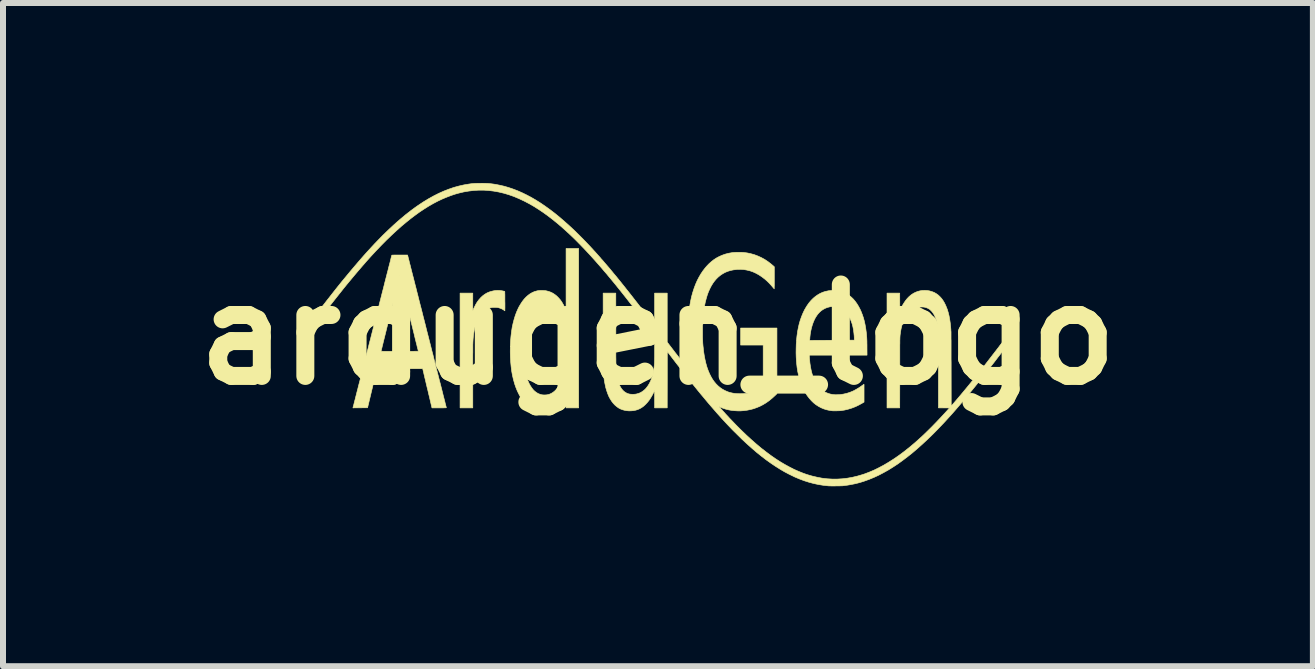
<source format=kicad_pcb>
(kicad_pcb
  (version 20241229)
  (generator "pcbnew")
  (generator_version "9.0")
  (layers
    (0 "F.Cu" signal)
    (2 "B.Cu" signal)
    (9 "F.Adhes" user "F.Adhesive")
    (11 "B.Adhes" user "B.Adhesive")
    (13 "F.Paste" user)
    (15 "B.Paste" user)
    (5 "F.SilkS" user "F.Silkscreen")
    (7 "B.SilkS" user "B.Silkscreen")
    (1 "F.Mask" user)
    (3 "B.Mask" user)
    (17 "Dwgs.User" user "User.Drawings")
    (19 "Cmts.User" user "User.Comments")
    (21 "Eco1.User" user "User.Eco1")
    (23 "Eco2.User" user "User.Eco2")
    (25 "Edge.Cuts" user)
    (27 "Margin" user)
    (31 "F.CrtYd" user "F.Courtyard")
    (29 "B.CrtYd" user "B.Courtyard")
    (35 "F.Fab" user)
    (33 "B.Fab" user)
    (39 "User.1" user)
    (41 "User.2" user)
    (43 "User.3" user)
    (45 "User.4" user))
  (footprint "ardugen_logo"
    (layer "F.Cu")
    (at 7.918 2.527)
    (property "Reference" "ardugen_logo" (at 0 0 0) (layer "F.SilkS") (effects (font (size 1.524 1.524) (thickness 0.3))))
    (attr through_hole)
    (fp_poly (pts (xy -2.639 -0.735) (xy -2.62 -0.733) (xy -2.608 -0.731) (xy -2.596 -0.729) (xy -2.585 -0.727) (xy -2.574 -0.724) (xy -2.565 -0.723) (xy -2.559 -0.721) (xy -2.555 -0.72) (xy -2.554 -0.719) (xy -2.554 -0.716) (xy -2.553 -0.709) (xy -2.553 -0.698) (xy -2.553 -0.683) (xy -2.552 -0.665) (xy -2.552 -0.645) (xy -2.552 -0.623) (xy -2.552 -0.6) (xy -2.552 -0.575) (xy -2.552 -0.55) (xy -2.551 -0.526) (xy -2.551 -0.502) (xy -2.551 -0.479) (xy -2.551 -0.458) (xy -2.551 -0.439) (xy -2.552 -0.423) (xy -2.552 -0.41) (xy -2.552 -0.401) (xy -2.552 -0.397) (xy -2.552 -0.396) (xy -2.554 -0.397) (xy -2.559 -0.4) (xy -2.564 -0.404) (xy -2.567 -0.406) (xy -2.585 -0.418) (xy -2.606 -0.429) (xy -2.628 -0.438) (xy -2.652 -0.446) (xy -2.669 -0.45) (xy -2.677 -0.451) (xy -2.689 -0.452) (xy -2.702 -0.453) (xy -2.716 -0.453) (xy -2.731 -0.453) (xy -2.745 -0.453) (xy -2.758 -0.452) (xy -2.769 -0.451) (xy -2.775 -0.45) (xy -2.804 -0.443) (xy -2.832 -0.433) (xy -2.857 -0.421) (xy -2.882 -0.406) (xy -2.893 -0.399) (xy -2.921 -0.375) (xy -2.946 -0.348) (xy -2.97 -0.317) (xy -2.992 -0.281) (xy -3.011 -0.242) (xy -3.028 -0.199) (xy -3.043 -0.153) (xy -3.056 -0.103) (xy -3.062 -0.074) (xy -3.07 -0.026) (xy -3.077 0.026) (xy -3.082 0.081) (xy -3.085 0.14) (xy -3.085 0.141) (xy -3.085 0.149) (xy -3.086 0.162) (xy -3.086 0.179) (xy -3.086 0.201) (xy -3.086 0.228) (xy -3.086 0.259) (xy -3.086 0.294) (xy -3.087 0.333) (xy -3.087 0.376) (xy -3.087 0.423) (xy -3.087 0.473) (xy -3.087 0.527) (xy -3.087 0.584) (xy -3.087 0.644) (xy -3.087 0.703) (xy -3.087 1.222) (xy -3.299 1.222) (xy -3.299 -0.691) (xy -3.087 -0.691) (xy -3.087 -0.544) (xy -3.087 -0.512) (xy -3.087 -0.485) (xy -3.087 -0.462) (xy -3.087 -0.443) (xy -3.086 -0.428) (xy -3.086 -0.417) (xy -3.086 -0.409) (xy -3.086 -0.404) (xy -3.085 -0.402) (xy -3.085 -0.402) (xy -3.073 -0.43) (xy -3.062 -0.454) (xy -3.052 -0.474) (xy -3.043 -0.493) (xy -3.033 -0.51) (xy -3.024 -0.526) (xy -3.013 -0.542) (xy -3.012 -0.545) (xy -2.984 -0.582) (xy -2.955 -0.615) (xy -2.924 -0.644) (xy -2.891 -0.669) (xy -2.855 -0.691) (xy -2.831 -0.702) (xy -2.8 -0.714) (xy -2.768 -0.723) (xy -2.736 -0.73) (xy -2.703 -0.735) (xy -2.67 -0.736) (xy -2.639 -0.735)) (stroke (width 0.01) (type solid)) (fill yes) (layer "F.SilkS"))
    (fp_poly (pts (xy -1.322 1.222) (xy -1.532 1.222) (xy -1.532 1.08) (xy -1.533 0.939) (xy -1.54 0.956) (xy -1.563 1.006) (xy -1.587 1.052) (xy -1.612 1.093) (xy -1.64 1.13) (xy -1.669 1.162) (xy -1.7 1.19) (xy -1.732 1.214) (xy -1.767 1.234) (xy -1.803 1.249) (xy -1.824 1.256) (xy -1.846 1.262) (xy -1.868 1.266) (xy -1.89 1.269) (xy -1.915 1.271) (xy -1.93 1.271) (xy -1.941 1.271) (xy -1.952 1.272) (xy -1.961 1.272) (xy -1.968 1.271) (xy -1.973 1.271) (xy -1.974 1.271) (xy -1.979 1.27) (xy -1.985 1.269) (xy -1.993 1.268) (xy -1.999 1.267) (xy -2.037 1.259) (xy -2.074 1.246) (xy -2.11 1.229) (xy -2.145 1.206) (xy -2.178 1.18) (xy -2.211 1.149) (xy -2.241 1.114) (xy -2.27 1.075) (xy -2.298 1.032) (xy -2.323 0.985) (xy -2.347 0.935) (xy -2.369 0.88) (xy -2.389 0.823) (xy -2.406 0.762) (xy -2.412 0.739) (xy -2.427 0.674) (xy -2.439 0.606) (xy -2.448 0.534) (xy -2.455 0.459) (xy -2.46 0.381) (xy -2.462 0.299) (xy -2.462 0.268) (xy -2.244 0.268) (xy -2.243 0.338) (xy -2.241 0.403) (xy -2.236 0.465) (xy -2.229 0.524) (xy -2.221 0.579) (xy -2.21 0.632) (xy -2.198 0.682) (xy -2.185 0.723) (xy -2.168 0.77) (xy -2.149 0.813) (xy -2.128 0.852) (xy -2.105 0.887) (xy -2.081 0.918) (xy -2.055 0.944) (xy -2.027 0.965) (xy -1.998 0.983) (xy -1.967 0.995) (xy -1.935 1.004) (xy -1.901 1.007) (xy -1.866 1.006) (xy -1.843 1.003) (xy -1.811 0.995) (xy -1.781 0.982) (xy -1.752 0.965) (xy -1.725 0.944) (xy -1.699 0.918) (xy -1.674 0.888) (xy -1.652 0.854) (xy -1.631 0.816) (xy -1.612 0.773) (xy -1.595 0.727) (xy -1.58 0.677) (xy -1.566 0.624) (xy -1.562 0.605) (xy -1.553 0.553) (xy -1.546 0.499) (xy -1.54 0.441) (xy -1.536 0.38) (xy -1.534 0.319) (xy -1.533 0.256) (xy -1.534 0.193) (xy -1.537 0.131) (xy -1.542 0.072) (xy -1.549 0.009) (xy -1.559 -0.051) (xy -1.571 -0.108) (xy -1.585 -0.161) (xy -1.602 -0.211) (xy -1.621 -0.257) (xy -1.642 -0.299) (xy -1.665 -0.337) (xy -1.668 -0.342) (xy -1.69 -0.371) (xy -1.711 -0.395) (xy -1.734 -0.416) (xy -1.758 -0.433) (xy -1.774 -0.443) (xy -1.802 -0.455) (xy -1.831 -0.464) (xy -1.862 -0.469) (xy -1.893 -0.471) (xy -1.924 -0.469) (xy -1.954 -0.463) (xy -1.983 -0.453) (xy -2 -0.445) (xy -2.029 -0.428) (xy -2.056 -0.406) (xy -2.082 -0.38) (xy -2.106 -0.35) (xy -2.128 -0.316) (xy -2.149 -0.278) (xy -2.167 -0.236) (xy -2.184 -0.19) (xy -2.199 -0.141) (xy -2.212 -0.088) (xy -2.222 -0.032) (xy -2.231 0.027) (xy -2.237 0.081) (xy -2.239 0.112) (xy -2.241 0.142) (xy -2.243 0.171) (xy -2.244 0.202) (xy -2.244 0.235) (xy -2.244 0.268) (xy -2.462 0.268) (xy -2.461 0.183) (xy -2.457 0.102) (xy -2.45 0.024) (xy -2.441 -0.05) (xy -2.43 -0.122) (xy -2.415 -0.19) (xy -2.398 -0.255) (xy -2.379 -0.317) (xy -2.357 -0.376) (xy -2.332 -0.432) (xy -2.316 -0.464) (xy -2.288 -0.511) (xy -2.26 -0.554) (xy -2.23 -0.592) (xy -2.198 -0.626) (xy -2.165 -0.655) (xy -2.131 -0.68) (xy -2.094 -0.701) (xy -2.057 -0.717) (xy -2.017 -0.728) (xy -1.999 -0.732) (xy -1.988 -0.733) (xy -1.975 -0.734) (xy -1.959 -0.735) (xy -1.943 -0.735) (xy -1.926 -0.735) (xy -1.909 -0.734) (xy -1.893 -0.733) (xy -1.879 -0.732) (xy -1.869 -0.731) (xy -1.829 -0.721) (xy -1.791 -0.708) (xy -1.755 -0.691) (xy -1.721 -0.669) (xy -1.689 -0.644) (xy -1.659 -0.614) (xy -1.63 -0.581) (xy -1.603 -0.543) (xy -1.578 -0.5) (xy -1.554 -0.453) (xy -1.539 -0.419) (xy -1.532 -0.403) (xy -1.532 -0.919) (xy -1.532 -1.435) (xy -1.322 -1.435) (xy -1.322 1.222)) (stroke (width 0.01) (type solid)) (fill yes) (layer "F.SilkS"))
    (fp_poly (pts (xy 2.964 -0.735) (xy 3.004 -0.73) (xy 3.042 -0.722) (xy 3.078 -0.712) (xy 3.109 -0.699) (xy 3.126 -0.691) (xy 3.141 -0.683) (xy 3.156 -0.674) (xy 3.171 -0.665) (xy 3.188 -0.653) (xy 3.19 -0.651) (xy 3.224 -0.623) (xy 3.257 -0.591) (xy 3.287 -0.555) (xy 3.316 -0.515) (xy 3.343 -0.471) (xy 3.369 -0.422) (xy 3.385 -0.387) (xy 3.405 -0.336) (xy 3.424 -0.281) (xy 3.44 -0.223) (xy 3.453 -0.162) (xy 3.464 -0.098) (xy 3.473 -0.031) (xy 3.475 -0.014) (xy 3.477 0.007) (xy 3.478 0.027) (xy 3.48 0.047) (xy 3.481 0.068) (xy 3.482 0.09) (xy 3.483 0.115) (xy 3.483 0.142) (xy 3.484 0.173) (xy 3.484 0.208) (xy 3.484 0.223) (xy 3.485 0.343) (xy 2.522 0.343) (xy 2.523 0.358) (xy 2.523 0.365) (xy 2.524 0.376) (xy 2.525 0.39) (xy 2.526 0.406) (xy 2.527 0.414) (xy 2.533 0.476) (xy 2.542 0.536) (xy 2.553 0.592) (xy 2.566 0.645) (xy 2.582 0.695) (xy 2.6 0.741) (xy 2.62 0.783) (xy 2.643 0.821) (xy 2.648 0.829) (xy 2.673 0.864) (xy 2.701 0.895) (xy 2.73 0.922) (xy 2.762 0.945) (xy 2.796 0.964) (xy 2.832 0.979) (xy 2.87 0.991) (xy 2.911 0.999) (xy 2.953 1.003) (xy 2.977 1.003) (xy 3.033 1.001) (xy 3.088 0.993) (xy 3.143 0.981) (xy 3.197 0.964) (xy 3.251 0.942) (xy 3.304 0.914) (xy 3.357 0.882) (xy 3.408 0.846) (xy 3.417 0.84) (xy 3.424 0.835) (xy 3.43 0.831) (xy 3.433 0.828) (xy 3.434 0.828) (xy 3.434 0.83) (xy 3.435 0.838) (xy 3.435 0.85) (xy 3.435 0.867) (xy 3.435 0.889) (xy 3.435 0.916) (xy 3.435 0.948) (xy 3.435 0.977) (xy 3.435 1.126) (xy 3.416 1.137) (xy 3.355 1.171) (xy 3.294 1.201) (xy 3.232 1.225) (xy 3.17 1.244) (xy 3.107 1.259) (xy 3.06 1.266) (xy 3.048 1.268) (xy 3.033 1.269) (xy 3.017 1.27) (xy 2.999 1.27) (xy 2.981 1.271) (xy 2.963 1.271) (xy 2.945 1.271) (xy 2.93 1.271) (xy 2.916 1.271) (xy 2.905 1.27) (xy 2.904 1.27) (xy 2.854 1.263) (xy 2.805 1.252) (xy 2.759 1.237) (xy 2.715 1.218) (xy 2.673 1.195) (xy 2.633 1.169) (xy 2.594 1.138) (xy 2.558 1.103) (xy 2.524 1.065) (xy 2.491 1.022) (xy 2.484 1.012) (xy 2.454 0.965) (xy 2.427 0.914) (xy 2.402 0.861) (xy 2.38 0.804) (xy 2.361 0.745) (xy 2.344 0.682) (xy 2.33 0.617) (xy 2.319 0.548) (xy 2.311 0.477) (xy 2.308 0.443) (xy 2.304 0.374) (xy 2.302 0.304) (xy 2.303 0.232) (xy 2.305 0.161) (xy 2.31 0.097) (xy 2.528 0.097) (xy 2.9 0.095) (xy 2.936 0.095) (xy 2.97 0.095) (xy 3.003 0.095) (xy 3.035 0.095) (xy 3.066 0.094) (xy 3.095 0.094) (xy 3.123 0.094) (xy 3.149 0.094) (xy 3.172 0.094) (xy 3.194 0.093) (xy 3.213 0.093) (xy 3.23 0.093) (xy 3.245 0.093) (xy 3.256 0.093) (xy 3.265 0.093) (xy 3.271 0.093) (xy 3.273 0.092) (xy 3.273 0.092) (xy 3.273 0.089) (xy 3.273 0.082) (xy 3.273 0.071) (xy 3.272 0.058) (xy 3.272 0.044) (xy 3.271 0.028) (xy 3.27 0.012) (xy 3.268 -0.003) (xy 3.267 -0.016) (xy 3.266 -0.025) (xy 3.259 -0.08) (xy 3.249 -0.131) (xy 3.236 -0.18) (xy 3.22 -0.225) (xy 3.202 -0.268) (xy 3.181 -0.307) (xy 3.167 -0.329) (xy 3.144 -0.361) (xy 3.118 -0.389) (xy 3.091 -0.413) (xy 3.063 -0.432) (xy 3.032 -0.448) (xy 3 -0.459) (xy 2.969 -0.465) (xy 2.958 -0.466) (xy 2.945 -0.467) (xy 2.93 -0.467) (xy 2.914 -0.467) (xy 2.898 -0.466) (xy 2.883 -0.465) (xy 2.869 -0.463) (xy 2.858 -0.461) (xy 2.821 -0.451) (xy 2.786 -0.437) (xy 2.753 -0.419) (xy 2.721 -0.397) (xy 2.692 -0.371) (xy 2.665 -0.341) (xy 2.649 -0.319) (xy 2.626 -0.284) (xy 2.606 -0.245) (xy 2.588 -0.203) (xy 2.572 -0.157) (xy 2.558 -0.109) (xy 2.547 -0.058) (xy 2.538 -0.005) (xy 2.532 0.05) (xy 2.532 0.058) (xy 2.531 0.07) (xy 2.53 0.08) (xy 2.529 0.088) (xy 2.529 0.09) (xy 2.528 0.097) (xy 2.31 0.097) (xy 2.31 0.091) (xy 2.317 0.023) (xy 2.326 -0.041) (xy 2.326 -0.044) (xy 2.339 -0.112) (xy 2.354 -0.178) (xy 2.372 -0.24) (xy 2.393 -0.299) (xy 2.416 -0.355) (xy 2.441 -0.408) (xy 2.47 -0.458) (xy 2.487 -0.485) (xy 2.519 -0.53) (xy 2.553 -0.57) (xy 2.588 -0.605) (xy 2.625 -0.636) (xy 2.664 -0.663) (xy 2.704 -0.686) (xy 2.747 -0.705) (xy 2.791 -0.719) (xy 2.801 -0.721) (xy 2.842 -0.73) (xy 2.883 -0.734) (xy 2.924 -0.736) (xy 2.964 -0.735)) (stroke (width 0.01) (type solid)) (fill yes) (layer "F.SilkS"))
    (fp_poly (pts (xy -4.169 -1.306) (xy -4.168 -1.303) (xy -4.166 -1.294) (xy -4.163 -1.282) (xy -4.159 -1.265) (xy -4.153 -1.244) (xy -4.147 -1.219) (xy -4.14 -1.189) (xy -4.131 -1.157) (xy -4.122 -1.12) (xy -4.112 -1.08) (xy -4.101 -1.037) (xy -4.089 -0.99) (xy -4.076 -0.941) (xy -4.063 -0.889) (xy -4.049 -0.833) (xy -4.034 -0.776) (xy -4.019 -0.715) (xy -4.003 -0.653) (xy -3.987 -0.588) (xy -3.97 -0.521) (xy -3.952 -0.452) (xy -3.934 -0.382) (xy -3.916 -0.309) (xy -3.897 -0.236) (xy -3.878 -0.161) (xy -3.859 -0.084) (xy -3.847 -0.037) (xy -3.827 0.04) (xy -3.808 0.116) (xy -3.789 0.19) (xy -3.771 0.263) (xy -3.752 0.334) (xy -3.735 0.404) (xy -3.718 0.471) (xy -3.701 0.537) (xy -3.685 0.601) (xy -3.669 0.662) (xy -3.654 0.721) (xy -3.64 0.777) (xy -3.626 0.83) (xy -3.613 0.881) (xy -3.601 0.929) (xy -3.59 0.973) (xy -3.58 1.014) (xy -3.57 1.052) (xy -3.561 1.087) (xy -3.553 1.117) (xy -3.547 1.144) (xy -3.541 1.167) (xy -3.536 1.186) (xy -3.532 1.2) (xy -3.53 1.21) (xy -3.528 1.216) (xy -3.528 1.217) (xy -3.528 1.218) (xy -3.528 1.219) (xy -3.529 1.22) (xy -3.531 1.22) (xy -3.535 1.22) (xy -3.539 1.221) (xy -3.545 1.221) (xy -3.553 1.221) (xy -3.563 1.221) (xy -3.575 1.222) (xy -3.59 1.222) (xy -3.608 1.222) (xy -3.628 1.222) (xy -3.647 1.222) (xy -3.767 1.222) (xy -3.769 1.215) (xy -3.77 1.212) (xy -3.772 1.204) (xy -3.774 1.192) (xy -3.778 1.176) (xy -3.783 1.157) (xy -3.788 1.134) (xy -3.794 1.108) (xy -3.801 1.079) (xy -3.808 1.048) (xy -3.816 1.015) (xy -3.825 0.98) (xy -3.833 0.943) (xy -3.842 0.905) (xy -3.845 0.895) (xy -3.854 0.857) (xy -3.863 0.82) (xy -3.871 0.784) (xy -3.879 0.75) (xy -3.887 0.719) (xy -3.893 0.689) (xy -3.9 0.663) (xy -3.905 0.639) (xy -3.91 0.619) (xy -3.914 0.602) (xy -3.917 0.589) (xy -3.919 0.581) (xy -3.92 0.576) (xy -3.92 0.576) (xy -3.922 0.569) (xy -4.304 0.569) (xy -4.686 0.569) (xy -4.763 0.895) (xy -4.841 1.22) (xy -4.963 1.221) (xy -5.085 1.222) (xy -5.082 1.208) (xy -5.081 1.205) (xy -5.079 1.197) (xy -5.076 1.185) (xy -5.071 1.169) (xy -5.066 1.148) (xy -5.06 1.123) (xy -5.052 1.094) (xy -5.044 1.062) (xy -5.035 1.026) (xy -5.025 0.986) (xy -5.014 0.943) (xy -5.002 0.897) (xy -4.99 0.848) (xy -4.976 0.796) (xy -4.962 0.741) (xy -4.948 0.683) (xy -4.932 0.623) (xy -4.917 0.561) (xy -4.9 0.496) (xy -4.883 0.429) (xy -4.866 0.361) (xy -4.848 0.29) (xy -4.844 0.275) (xy -4.615 0.275) (xy -4.615 0.276) (xy -4.614 0.276) (xy -4.613 0.277) (xy -4.61 0.277) (xy -4.607 0.278) (xy -4.603 0.278) (xy -4.598 0.278) (xy -4.591 0.278) (xy -4.583 0.279) (xy -4.573 0.279) (xy -4.561 0.279) (xy -4.548 0.279) (xy -4.532 0.279) (xy -4.514 0.279) (xy -4.494 0.279) (xy -4.472 0.279) (xy -4.446 0.279) (xy -4.418 0.279) (xy -4.387 0.279) (xy -4.353 0.279) (xy -4.316 0.279) (xy -4.305 0.279) (xy -4.269 0.279) (xy -4.234 0.279) (xy -4.201 0.279) (xy -4.171 0.279) (xy -4.142 0.279) (xy -4.115 0.279) (xy -4.091 0.279) (xy -4.069 0.279) (xy -4.05 0.278) (xy -4.033 0.278) (xy -4.02 0.278) (xy -4.009 0.278) (xy -4.001 0.278) (xy -3.996 0.277) (xy -3.995 0.277) (xy -4.003 0.242) (xy -4.013 0.205) (xy -4.022 0.165) (xy -4.033 0.123) (xy -4.044 0.079) (xy -4.055 0.034) (xy -4.066 -0.013) (xy -4.078 -0.061) (xy -4.09 -0.11) (xy -4.102 -0.159) (xy -4.115 -0.209) (xy -4.127 -0.26) (xy -4.14 -0.31) (xy -4.152 -0.36) (xy -4.164 -0.41) (xy -4.177 -0.459) (xy -4.189 -0.507) (xy -4.2 -0.554) (xy -4.212 -0.6) (xy -4.223 -0.644) (xy -4.233 -0.687) (xy -4.243 -0.727) (xy -4.253 -0.766) (xy -4.262 -0.802) (xy -4.27 -0.835) (xy -4.278 -0.865) (xy -4.285 -0.893) (xy -4.291 -0.917) (xy -4.296 -0.937) (xy -4.3 -0.953) (xy -4.303 -0.966) (xy -4.305 -0.974) (xy -4.306 -0.978) (xy -4.306 -0.978) (xy -4.307 -0.976) (xy -4.309 -0.969) (xy -4.312 -0.957) (xy -4.316 -0.942) (xy -4.32 -0.922) (xy -4.326 -0.899) (xy -4.333 -0.872) (xy -4.34 -0.842) (xy -4.349 -0.808) (xy -4.358 -0.772) (xy -4.367 -0.732) (xy -4.378 -0.69) (xy -4.389 -0.646) (xy -4.4 -0.6) (xy -4.412 -0.551) (xy -4.424 -0.501) (xy -4.437 -0.449) (xy -4.45 -0.396) (xy -4.461 -0.353) (xy -4.474 -0.299) (xy -4.487 -0.246) (xy -4.5 -0.194) (xy -4.512 -0.144) (xy -4.524 -0.096) (xy -4.535 -0.05) (xy -4.546 -0.006) (xy -4.556 0.035) (xy -4.566 0.074) (xy -4.575 0.11) (xy -4.583 0.143) (xy -4.59 0.173) (xy -4.597 0.199) (xy -4.602 0.222) (xy -4.607 0.241) (xy -4.611 0.256) (xy -4.613 0.267) (xy -4.615 0.273) (xy -4.615 0.275) (xy -4.615 0.275) (xy -4.844 0.275) (xy -4.829 0.218) (xy -4.811 0.144) (xy -4.791 0.069) (xy -4.772 -0.007) (xy -4.758 -0.061) (xy -4.739 -0.138) (xy -4.719 -0.214) (xy -4.7 -0.288) (xy -4.682 -0.361) (xy -4.664 -0.433) (xy -4.646 -0.503) (xy -4.629 -0.57) (xy -4.612 -0.636) (xy -4.596 -0.7) (xy -4.58 -0.761) (xy -4.565 -0.82) (xy -4.551 -0.877) (xy -4.537 -0.931) (xy -4.524 -0.982) (xy -4.512 -1.029) (xy -4.5 -1.074) (xy -4.49 -1.116) (xy -4.48 -1.154) (xy -4.471 -1.188) (xy -4.463 -1.219) (xy -4.456 -1.247) (xy -4.451 -1.27) (xy -4.446 -1.289) (xy -4.442 -1.304) (xy -4.439 -1.314) (xy -4.438 -1.32) (xy -4.437 -1.321) (xy -4.437 -1.322) (xy -4.436 -1.323) (xy -4.435 -1.324) (xy -4.432 -1.324) (xy -4.429 -1.325) (xy -4.424 -1.325) (xy -4.418 -1.325) (xy -4.41 -1.325) (xy -4.4 -1.326) (xy -4.388 -1.326) (xy -4.373 -1.326) (xy -4.356 -1.326) (xy -4.336 -1.326) (xy -4.313 -1.326) (xy -4.174 -1.326) (xy -4.169 -1.306)) (stroke (width 0.01) (type solid)) (fill yes) (layer "F.SilkS"))
    (fp_poly (pts (xy -2.889 -2.521) (xy -2.85 -2.52) (xy -2.812 -2.517) (xy -2.775 -2.513) (xy -2.737 -2.508) (xy -2.699 -2.502) (xy -2.66 -2.494) (xy -2.639 -2.49) (xy -2.565 -2.473) (xy -2.49 -2.451) (xy -2.416 -2.426) (xy -2.34 -2.397) (xy -2.265 -2.364) (xy -2.189 -2.327) (xy -2.113 -2.287) (xy -2.036 -2.242) (xy -1.958 -2.193) (xy -1.88 -2.14) (xy -1.801 -2.083) (xy -1.721 -2.022) (xy -1.64 -1.956) (xy -1.559 -1.886) (xy -1.476 -1.812) (xy -1.392 -1.734) (xy -1.308 -1.651) (xy -1.222 -1.564) (xy -1.134 -1.472) (xy -1.046 -1.376) (xy -0.956 -1.275) (xy -0.953 -1.27) (xy -0.92 -1.234) (xy -0.889 -1.197) (xy -0.857 -1.16) (xy -0.825 -1.123) (xy -0.793 -1.085) (xy -0.761 -1.046) (xy -0.729 -1.007) (xy -0.695 -0.967) (xy -0.662 -0.926) (xy -0.627 -0.883) (xy -0.592 -0.839) (xy -0.555 -0.793) (xy -0.518 -0.746) (xy -0.479 -0.697) (xy -0.438 -0.645) (xy -0.396 -0.591) (xy -0.352 -0.535) (xy -0.307 -0.477) (xy -0.259 -0.415) (xy -0.21 -0.351) (xy -0.158 -0.283) (xy -0.104 -0.213) (xy -0.091 -0.195) (xy -0.057 -0.151) (xy -0.056 -0.421) (xy -0.056 -0.691) (xy 0.154 -0.691) (xy 0.154 0.126) (xy 0.218 0.21) (xy 0.241 0.24) (xy 0.264 0.27) (xy 0.288 0.302) (xy 0.313 0.333) (xy 0.338 0.365) (xy 0.362 0.397) (xy 0.387 0.429) (xy 0.411 0.46) (xy 0.435 0.491) (xy 0.458 0.521) (xy 0.48 0.549) (xy 0.502 0.577) (xy 0.522 0.602) (xy 0.541 0.626) (xy 0.558 0.648) (xy 0.574 0.668) (xy 0.588 0.686) (xy 0.6 0.701) (xy 0.61 0.713) (xy 0.617 0.722) (xy 0.619 0.724) (xy 0.62 0.724) (xy 0.619 0.72) (xy 0.616 0.712) (xy 0.616 0.711) (xy 0.594 0.648) (xy 0.574 0.584) (xy 0.557 0.517) (xy 0.541 0.447) (xy 0.529 0.375) (xy 0.518 0.3) (xy 0.51 0.221) (xy 0.503 0.138) (xy 0.502 0.117) (xy 0.501 0.101) (xy 0.5 0.085) (xy 0.5 0.068) (xy 0.499 0.048) (xy 0.499 0.027) (xy 0.499 0.002) (xy 0.499 -0.027) (xy 0.499 -0.05) (xy 0.499 -0.087) (xy 0.499 -0.12) (xy 0.5 -0.15) (xy 0.5 -0.177) (xy 0.501 -0.203) (xy 0.502 -0.227) (xy 0.504 -0.252) (xy 0.506 -0.278) (xy 0.508 -0.305) (xy 0.509 -0.314) (xy 0.518 -0.399) (xy 0.53 -0.48) (xy 0.544 -0.558) (xy 0.56 -0.632) (xy 0.58 -0.704) (xy 0.602 -0.772) (xy 0.626 -0.836) (xy 0.653 -0.898) (xy 0.683 -0.956) (xy 0.715 -1.011) (xy 0.75 -1.063) (xy 0.787 -1.111) (xy 0.81 -1.138) (xy 0.848 -1.178) (xy 0.888 -1.214) (xy 0.93 -1.247) (xy 0.974 -1.276) (xy 1.021 -1.301) (xy 1.069 -1.322) (xy 1.119 -1.34) (xy 1.172 -1.354) (xy 1.227 -1.364) (xy 1.234 -1.365) (xy 1.245 -1.367) (xy 1.259 -1.368) (xy 1.275 -1.369) (xy 1.293 -1.37) (xy 1.312 -1.371) (xy 1.332 -1.371) (xy 1.351 -1.371) (xy 1.37 -1.371) (xy 1.388 -1.371) (xy 1.404 -1.37) (xy 1.417 -1.37) (xy 1.423 -1.369) (xy 1.486 -1.361) (xy 1.548 -1.348) (xy 1.608 -1.331) (xy 1.666 -1.309) (xy 1.723 -1.283) (xy 1.778 -1.253) (xy 1.831 -1.218) (xy 1.883 -1.178) (xy 1.921 -1.146) (xy 1.939 -1.13) (xy 1.939 -0.946) (xy 1.939 -0.916) (xy 1.939 -0.887) (xy 1.939 -0.861) (xy 1.939 -0.836) (xy 1.939 -0.815) (xy 1.938 -0.796) (xy 1.938 -0.782) (xy 1.938 -0.771) (xy 1.938 -0.764) (xy 1.938 -0.762) (xy 1.936 -0.764) (xy 1.933 -0.768) (xy 1.927 -0.774) (xy 1.92 -0.782) (xy 1.913 -0.791) (xy 1.88 -0.829) (xy 1.848 -0.863) (xy 1.815 -0.895) (xy 1.782 -0.924) (xy 1.747 -0.951) (xy 1.735 -0.96) (xy 1.686 -0.993) (xy 1.636 -1.021) (xy 1.586 -1.044) (xy 1.535 -1.062) (xy 1.482 -1.075) (xy 1.429 -1.084) (xy 1.375 -1.087) (xy 1.32 -1.086) (xy 1.304 -1.084) (xy 1.255 -1.078) (xy 1.208 -1.068) (xy 1.163 -1.054) (xy 1.121 -1.037) (xy 1.081 -1.015) (xy 1.044 -0.991) (xy 1.008 -0.962) (xy 0.975 -0.93) (xy 0.944 -0.894) (xy 0.915 -0.854) (xy 0.915 -0.854) (xy 0.888 -0.81) (xy 0.864 -0.763) (xy 0.841 -0.712) (xy 0.821 -0.657) (xy 0.804 -0.599) (xy 0.788 -0.537) (xy 0.775 -0.471) (xy 0.764 -0.401) (xy 0.755 -0.328) (xy 0.753 -0.308) (xy 0.75 -0.281) (xy 0.748 -0.256) (xy 0.747 -0.233) (xy 0.745 -0.21) (xy 0.744 -0.187) (xy 0.744 -0.162) (xy 0.743 -0.135) (xy 0.743 -0.106) (xy 0.743 -0.073) (xy 0.743 -0.05) (xy 0.743 -0.013) (xy 0.743 0.019) (xy 0.743 0.047) (xy 0.744 0.073) (xy 0.745 0.098) (xy 0.746 0.121) (xy 0.747 0.144) (xy 0.749 0.168) (xy 0.751 0.193) (xy 0.753 0.208) (xy 0.761 0.283) (xy 0.772 0.354) (xy 0.785 0.421) (xy 0.8 0.485) (xy 0.817 0.544) (xy 0.837 0.6) (xy 0.859 0.652) (xy 0.883 0.7) (xy 0.909 0.745) (xy 0.938 0.786) (xy 0.969 0.823) (xy 1.002 0.856) (xy 1.037 0.885) (xy 1.075 0.911) (xy 1.115 0.933) (xy 1.157 0.951) (xy 1.161 0.953) (xy 1.187 0.962) (xy 1.214 0.969) (xy 1.24 0.975) (xy 1.268 0.98) (xy 1.296 0.983) (xy 1.327 0.985) (xy 1.36 0.986) (xy 1.368 0.986) (xy 1.415 0.985) (xy 1.459 0.981) (xy 1.5 0.976) (xy 1.539 0.968) (xy 1.576 0.958) (xy 1.611 0.945) (xy 1.645 0.93) (xy 1.678 0.912) (xy 1.71 0.891) (xy 1.731 0.876) (xy 1.754 0.858) (xy 1.754 0.175) (xy 1.378 0.175) (xy 1.378 -0.109) (xy 1.983 -0.109) (xy 1.983 0.986) (xy 1.956 1.012) (xy 1.906 1.058) (xy 1.855 1.1) (xy 1.803 1.137) (xy 1.75 1.169) (xy 1.696 1.197) (xy 1.639 1.22) (xy 1.587 1.238) (xy 1.536 1.251) (xy 1.485 1.261) (xy 1.433 1.268) (xy 1.381 1.272) (xy 1.329 1.272) (xy 1.277 1.269) (xy 1.227 1.264) (xy 1.177 1.255) (xy 1.129 1.243) (xy 1.083 1.228) (xy 1.039 1.21) (xy 1.018 1.2) (xy 1.018 1.2) (xy 1.021 1.204) (xy 1.026 1.21) (xy 1.033 1.219) (xy 1.042 1.229) (xy 1.053 1.241) (xy 1.065 1.254) (xy 1.078 1.269) (xy 1.093 1.285) (xy 1.108 1.301) (xy 1.123 1.319) (xy 1.139 1.336) (xy 1.155 1.353) (xy 1.171 1.37) (xy 1.186 1.387) (xy 1.201 1.403) (xy 1.212 1.414) (xy 1.299 1.505) (xy 1.385 1.591) (xy 1.47 1.673) (xy 1.554 1.75) (xy 1.637 1.823) (xy 1.718 1.891) (xy 1.799 1.954) (xy 1.879 2.014) (xy 1.958 2.069) (xy 2.037 2.12) (xy 2.115 2.166) (xy 2.192 2.208) (xy 2.268 2.247) (xy 2.345 2.281) (xy 2.42 2.311) (xy 2.482 2.333) (xy 2.567 2.358) (xy 2.652 2.378) (xy 2.736 2.394) (xy 2.82 2.404) (xy 2.904 2.409) (xy 2.989 2.409) (xy 3.073 2.404) (xy 3.157 2.394) (xy 3.242 2.379) (xy 3.326 2.359) (xy 3.411 2.334) (xy 3.444 2.323) (xy 3.523 2.293) (xy 3.603 2.259) (xy 3.682 2.22) (xy 3.763 2.177) (xy 3.844 2.129) (xy 3.926 2.077) (xy 4.009 2.02) (xy 4.092 1.959) (xy 4.177 1.892) (xy 4.221 1.856) (xy 4.287 1.8) (xy 4.354 1.74) (xy 4.423 1.677) (xy 4.492 1.61) (xy 4.563 1.54) (xy 4.636 1.465) (xy 4.71 1.387) (xy 4.786 1.305) (xy 4.807 1.282) (xy 4.86 1.223) (xy 4.675 1.222) (xy 4.675 0.598) (xy 4.675 0.531) (xy 4.675 0.469) (xy 4.675 0.411) (xy 4.675 0.359) (xy 4.675 0.31) (xy 4.674 0.266) (xy 4.674 0.225) (xy 4.674 0.188) (xy 4.674 0.155) (xy 4.674 0.125) (xy 4.674 0.099) (xy 4.674 0.075) (xy 4.674 0.054) (xy 4.674 0.035) (xy 4.674 0.019) (xy 4.673 0.005) (xy 4.673 -0.008) (xy 4.673 -0.018) (xy 4.673 -0.027) (xy 4.673 -0.034) (xy 4.672 -0.04) (xy 4.672 -0.046) (xy 4.672 -0.05) (xy 4.672 -0.054) (xy 4.671 -0.057) (xy 4.666 -0.107) (xy 4.659 -0.151) (xy 4.652 -0.192) (xy 4.643 -0.229) (xy 4.632 -0.263) (xy 4.62 -0.294) (xy 4.607 -0.323) (xy 4.592 -0.349) (xy 4.587 -0.356) (xy 4.568 -0.382) (xy 4.547 -0.404) (xy 4.525 -0.423) (xy 4.501 -0.437) (xy 4.474 -0.448) (xy 4.446 -0.456) (xy 4.445 -0.456) (xy 4.434 -0.458) (xy 4.421 -0.459) (xy 4.406 -0.46) (xy 4.391 -0.46) (xy 4.376 -0.46) (xy 4.361 -0.459) (xy 4.349 -0.458) (xy 4.345 -0.457) (xy 4.31 -0.449) (xy 4.276 -0.437) (xy 4.245 -0.421) (xy 4.216 -0.401) (xy 4.188 -0.377) (xy 4.163 -0.349) (xy 4.14 -0.318) (xy 4.118 -0.281) (xy 4.098 -0.241) (xy 4.081 -0.198) (xy 4.066 -0.152) (xy 4.054 -0.103) (xy 4.044 -0.05) (xy 4.04 -0.018) (xy 4.039 -0.011) (xy 4.038 -0.004) (xy 4.037 0.002) (xy 4.036 0.008) (xy 4.036 0.014) (xy 4.035 0.021) (xy 4.035 0.028) (xy 4.034 0.035) (xy 4.034 0.044) (xy 4.033 0.054) (xy 4.033 0.065) (xy 4.033 0.077) (xy 4.032 0.092) (xy 4.032 0.108) (xy 4.032 0.126) (xy 4.032 0.147) (xy 4.031 0.171) (xy 4.031 0.197) (xy 4.031 0.226) (xy 4.031 0.259) (xy 4.031 0.295) (xy 4.031 0.335) (xy 4.031 0.378) (xy 4.031 0.426) (xy 4.031 0.478) (xy 4.031 0.534) (xy 4.031 0.595) (xy 4.031 0.643) (xy 4.03 1.222) (xy 3.818 1.222) (xy 3.818 -0.691) (xy 4.03 -0.691) (xy 4.031 -0.399) (xy 4.047 -0.431) (xy 4.072 -0.481) (xy 4.099 -0.525) (xy 4.126 -0.565) (xy 4.155 -0.601) (xy 4.186 -0.633) (xy 4.218 -0.66) (xy 4.225 -0.665) (xy 4.258 -0.687) (xy 4.294 -0.705) (xy 4.33 -0.719) (xy 4.369 -0.729) (xy 4.408 -0.735) (xy 4.449 -0.736) (xy 4.49 -0.734) (xy 4.531 -0.727) (xy 4.532 -0.726) (xy 4.57 -0.715) (xy 4.606 -0.701) (xy 4.639 -0.682) (xy 4.671 -0.659) (xy 4.7 -0.632) (xy 4.728 -0.601) (xy 4.753 -0.566) (xy 4.776 -0.527) (xy 4.797 -0.484) (xy 4.816 -0.437) (xy 4.825 -0.413) (xy 4.839 -0.365) (xy 4.852 -0.313) (xy 4.862 -0.258) (xy 4.871 -0.2) (xy 4.878 -0.139) (xy 4.882 -0.088) (xy 4.883 -0.075) (xy 4.883 -0.063) (xy 4.884 -0.054) (xy 4.885 -0.048) (xy 4.885 -0.045) (xy 4.885 -0.037) (xy 4.885 -0.024) (xy 4.885 -0.007) (xy 4.885 0.015) (xy 4.885 0.04) (xy 4.885 0.069) (xy 4.886 0.102) (xy 4.886 0.138) (xy 4.886 0.177) (xy 4.886 0.219) (xy 4.886 0.263) (xy 4.886 0.31) (xy 4.886 0.359) (xy 4.886 0.41) (xy 4.887 0.463) (xy 4.887 0.517) (xy 4.887 0.573) (xy 4.887 0.576) (xy 4.888 1.191) (xy 4.912 1.164) (xy 4.956 1.113) (xy 5.002 1.059) (xy 5.051 1.001) (xy 5.101 0.941) (xy 5.154 0.877) (xy 5.208 0.811) (xy 5.264 0.742) (xy 5.321 0.67) (xy 5.379 0.596) (xy 5.439 0.521) (xy 5.499 0.443) (xy 5.53 0.403) (xy 5.541 0.389) (xy 5.553 0.373) (xy 5.567 0.355) (xy 5.582 0.335) (xy 5.599 0.314) (xy 5.616 0.291) (xy 5.635 0.267) (xy 5.653 0.243) (xy 5.673 0.218) (xy 5.692 0.192) (xy 5.711 0.167) (xy 5.731 0.142) (xy 5.749 0.118) (xy 5.767 0.094) (xy 5.785 0.071) (xy 5.801 0.05) (xy 5.816 0.03) (xy 5.83 0.012) (xy 5.842 -0.003) (xy 5.852 -0.017) (xy 5.86 -0.027) (xy 5.866 -0.035) (xy 5.868 -0.039) (xy 5.87 -0.04) (xy 5.871 -0.041) (xy 5.872 -0.04) (xy 5.874 -0.037) (xy 5.878 -0.033) (xy 5.882 -0.026) (xy 5.888 -0.016) (xy 5.896 -0.002) (xy 5.896 -0.001) (xy 5.903 0.011) (xy 5.91 0.022) (xy 5.915 0.032) (xy 5.919 0.039) (xy 5.921 0.042) (xy 5.921 0.043) (xy 5.92 0.045) (xy 5.917 0.05) (xy 5.911 0.058) (xy 5.903 0.069) (xy 5.893 0.083) (xy 5.881 0.098) (xy 5.867 0.116) (xy 5.852 0.136) (xy 5.836 0.158) (xy 5.818 0.181) (xy 5.8 0.206) (xy 5.78 0.232) (xy 5.759 0.258) (xy 5.738 0.286) (xy 5.717 0.314) (xy 5.695 0.343) (xy 5.672 0.372) (xy 5.65 0.401) (xy 5.628 0.43) (xy 5.606 0.459) (xy 5.584 0.487) (xy 5.563 0.514) (xy 5.542 0.541) (xy 5.533 0.553) (xy 5.466 0.638) (xy 5.401 0.72) (xy 5.339 0.799) (xy 5.278 0.875) (xy 5.219 0.947) (xy 5.162 1.017) (xy 5.106 1.084) (xy 5.052 1.148) (xy 4.998 1.211) (xy 4.946 1.271) (xy 4.895 1.329) (xy 4.844 1.385) (xy 4.794 1.44) (xy 4.758 1.479) (xy 4.669 1.572) (xy 4.582 1.661) (xy 4.495 1.745) (xy 4.409 1.825) (xy 4.325 1.9) (xy 4.242 1.971) (xy 4.159 2.037) (xy 4.077 2.099) (xy 3.997 2.157) (xy 3.916 2.21) (xy 3.837 2.259) (xy 3.758 2.303) (xy 3.68 2.344) (xy 3.602 2.38) (xy 3.525 2.412) (xy 3.448 2.44) (xy 3.383 2.461) (xy 3.329 2.476) (xy 3.274 2.489) (xy 3.218 2.5) (xy 3.161 2.51) (xy 3.101 2.518) (xy 3.085 2.52) (xy 3.078 2.521) (xy 3.068 2.521) (xy 3.055 2.522) (xy 3.04 2.522) (xy 3.023 2.523) (xy 3.005 2.523) (xy 2.986 2.523) (xy 2.966 2.523) (xy 2.947 2.524) (xy 2.928 2.524) (xy 2.909 2.524) (xy 2.892 2.524) (xy 2.876 2.523) (xy 2.862 2.523) (xy 2.851 2.523) (xy 2.842 2.522) (xy 2.841 2.522) (xy 2.758 2.513) (xy 2.677 2.5) (xy 2.597 2.483) (xy 2.518 2.462) (xy 2.439 2.437) (xy 2.359 2.407) (xy 2.278 2.373) (xy 2.258 2.363) (xy 2.184 2.327) (xy 2.11 2.288) (xy 2.035 2.244) (xy 1.959 2.196) (xy 1.883 2.145) (xy 1.806 2.09) (xy 1.728 2.03) (xy 1.649 1.967) (xy 1.57 1.899) (xy 1.489 1.827) (xy 1.407 1.751) (xy 1.325 1.67) (xy 1.24 1.586) (xy 1.155 1.497) (xy 1.068 1.403) (xy 0.98 1.305) (xy 0.964 1.286) (xy 0.923 1.239) (xy 0.882 1.192) (xy 0.841 1.144) (xy 0.799 1.094) (xy 0.757 1.043) (xy 0.713 0.991) (xy 0.668 0.936) (xy 0.622 0.879) (xy 0.575 0.821) (xy 0.526 0.759) (xy 0.476 0.696) (xy 0.424 0.629) (xy 0.37 0.56) (xy 0.313 0.488) (xy 0.255 0.412) (xy 0.205 0.347) (xy 0.155 0.282) (xy 0.155 0.752) (xy 0.154 1.222) (xy -0.056 1.222) (xy -0.056 0.932) (xy -0.069 0.959) (xy -0.095 1.01) (xy -0.122 1.056) (xy -0.15 1.098) (xy -0.179 1.134) (xy -0.209 1.166) (xy -0.24 1.194) (xy -0.273 1.218) (xy -0.307 1.237) (xy -0.343 1.252) (xy -0.374 1.261) (xy -0.409 1.268) (xy -0.445 1.271) (xy -0.482 1.272) (xy -0.518 1.269) (xy -0.554 1.263) (xy -0.588 1.254) (xy -0.62 1.242) (xy -0.623 1.241) (xy -0.657 1.223) (xy -0.689 1.2) (xy -0.719 1.174) (xy -0.747 1.144) (xy -0.773 1.11) (xy -0.797 1.072) (xy -0.819 1.031) (xy -0.838 0.985) (xy -0.855 0.936) (xy -0.871 0.882) (xy -0.883 0.825) (xy -0.89 0.791) (xy -0.898 0.74) (xy -0.904 0.686) (xy -0.909 0.627) (xy -0.912 0.566) (xy -0.913 0.551) (xy -0.913 0.543) (xy -0.913 0.53) (xy -0.913 0.513) (xy -0.913 0.49) (xy -0.914 0.464) (xy -0.914 0.432) (xy -0.914 0.397) (xy -0.914 0.357) (xy -0.914 0.314) (xy -0.914 0.267) (xy -0.914 0.216) (xy -0.914 0.161) (xy -0.914 0.103) (xy -0.914 0.042) (xy -0.914 -0.022) (xy -0.914 -0.089) (xy -0.914 -0.093) (xy -0.914 -0.691) (xy -0.809 -0.691) (xy -0.703 -0.691) (xy -0.702 -0.067) (xy -0.702 0.005) (xy -0.702 0.071) (xy -0.702 0.133) (xy -0.702 0.19) (xy -0.702 0.242) (xy -0.702 0.291) (xy -0.702 0.334) (xy -0.702 0.374) (xy -0.701 0.41) (xy -0.701 0.442) (xy -0.701 0.47) (xy -0.701 0.495) (xy -0.701 0.516) (xy -0.701 0.534) (xy -0.7 0.549) (xy -0.7 0.561) (xy -0.7 0.57) (xy -0.7 0.576) (xy -0.7 0.579) (xy -0.696 0.619) (xy -0.691 0.655) (xy -0.687 0.687) (xy -0.681 0.716) (xy -0.675 0.743) (xy -0.668 0.769) (xy -0.661 0.794) (xy -0.66 0.796) (xy -0.646 0.834) (xy -0.629 0.868) (xy -0.611 0.898) (xy -0.59 0.924) (xy -0.568 0.946) (xy -0.543 0.964) (xy -0.516 0.979) (xy -0.487 0.989) (xy -0.472 0.992) (xy -0.46 0.994) (xy -0.445 0.995) (xy -0.429 0.996) (xy -0.412 0.996) (xy -0.395 0.995) (xy -0.38 0.994) (xy -0.367 0.992) (xy -0.365 0.992) (xy -0.33 0.983) (xy -0.298 0.971) (xy -0.268 0.954) (xy -0.24 0.934) (xy -0.213 0.911) (xy -0.192 0.887) (xy -0.168 0.855) (xy -0.145 0.818) (xy -0.125 0.778) (xy -0.108 0.735) (xy -0.093 0.689) (xy -0.08 0.64) (xy -0.071 0.589) (xy -0.068 0.57) (xy -0.066 0.555) (xy -0.064 0.541) (xy -0.063 0.527) (xy -0.061 0.512) (xy -0.06 0.497) (xy -0.059 0.481) (xy -0.058 0.463) (xy -0.058 0.444) (xy -0.057 0.422) (xy -0.057 0.398) (xy -0.056 0.371) (xy -0.056 0.34) (xy -0.056 0.305) (xy -0.056 0.267) (xy -0.056 0.224) (xy -0.056 0.205) (xy -0.056 0.005) (xy -0.144 -0.11) (xy -0.201 -0.185) (xy -0.256 -0.257) (xy -0.309 -0.326) (xy -0.36 -0.392) (xy -0.409 -0.456) (xy -0.457 -0.516) (xy -0.502 -0.574) (xy -0.546 -0.63) (xy -0.589 -0.684) (xy -0.63 -0.736) (xy -0.67 -0.785) (xy -0.709 -0.834) (xy -0.748 -0.881) (xy -0.785 -0.926) (xy -0.822 -0.97) (xy -0.858 -1.014) (xy -0.895 -1.056) (xy -0.93 -1.098) (xy -0.963 -1.136) (xy -1.049 -1.234) (xy -1.134 -1.328) (xy -1.217 -1.417) (xy -1.299 -1.502) (xy -1.379 -1.583) (xy -1.459 -1.66) (xy -1.537 -1.732) (xy -1.614 -1.801) (xy -1.69 -1.865) (xy -1.766 -1.926) (xy -1.84 -1.983) (xy -1.914 -2.036) (xy -1.987 -2.085) (xy -2.059 -2.131) (xy -2.131 -2.173) (xy -2.203 -2.211) (xy -2.23 -2.225) (xy -2.315 -2.265) (xy -2.4 -2.301) (xy -2.485 -2.331) (xy -2.569 -2.356) (xy -2.653 -2.376) (xy -2.737 -2.391) (xy -2.82 -2.401) (xy -2.903 -2.407) (xy -2.987 -2.407) (xy -3.07 -2.402) (xy -3.154 -2.392) (xy -3.237 -2.378) (xy -3.321 -2.358) (xy -3.378 -2.342) (xy -3.45 -2.318) (xy -3.523 -2.29) (xy -3.597 -2.259) (xy -3.671 -2.224) (xy -3.745 -2.185) (xy -3.82 -2.142) (xy -3.895 -2.095) (xy -3.972 -2.044) (xy -4.048 -1.989) (xy -4.126 -1.93) (xy -4.205 -1.866) (xy -4.285 -1.799) (xy -4.365 -1.727) (xy -4.447 -1.651) (xy -4.53 -1.571) (xy -4.614 -1.486) (xy -4.699 -1.397) (xy -4.786 -1.303) (xy -4.874 -1.205) (xy -4.882 -1.195) (xy -4.924 -1.147) (xy -4.966 -1.098) (xy -5.009 -1.048) (xy -5.053 -0.996) (xy -5.097 -0.943) (xy -5.143 -0.888) (xy -5.19 -0.831) (xy -5.238 -0.772) (xy -5.287 -0.71) (xy -5.338 -0.646) (xy -5.39 -0.58) (xy -5.445 -0.51) (xy -5.501 -0.438) (xy -5.559 -0.363) (xy -5.62 -0.284) (xy -5.651 -0.244) (xy -5.661 -0.23) (xy -5.674 -0.214) (xy -5.687 -0.197) (xy -5.701 -0.178) (xy -5.716 -0.159) (xy -5.731 -0.139) (xy -5.747 -0.118) (xy -5.762 -0.098) (xy -5.778 -0.078) (xy -5.793 -0.058) (xy -5.807 -0.04) (xy -5.82 -0.022) (xy -5.832 -0.006) (xy -5.843 0.008) (xy -5.852 0.02) (xy -5.86 0.029) (xy -5.865 0.036) (xy -5.868 0.041) (xy -5.868 0.041) (xy -5.87 0.042) (xy -5.871 0.043) (xy -5.872 0.042) (xy -5.874 0.04) (xy -5.878 0.035) (xy -5.882 0.028) (xy -5.888 0.018) (xy -5.896 0.004) (xy -5.896 0.004) (xy -5.903 -0.009) (xy -5.91 -0.02) (xy -5.915 -0.029) (xy -5.919 -0.036) (xy -5.921 -0.04) (xy -5.921 -0.041) (xy -5.92 -0.043) (xy -5.917 -0.048) (xy -5.911 -0.056) (xy -5.903 -0.067) (xy -5.893 -0.08) (xy -5.881 -0.096) (xy -5.867 -0.115) (xy -5.852 -0.135) (xy -5.835 -0.157) (xy -5.817 -0.18) (xy -5.798 -0.205) (xy -5.778 -0.232) (xy -5.757 -0.26) (xy -5.735 -0.288) (xy -5.713 -0.317) (xy -5.69 -0.347) (xy -5.666 -0.377) (xy -5.643 -0.408) (xy -5.619 -0.438) (xy -5.596 -0.469) (xy -5.573 -0.499) (xy -5.55 -0.528) (xy -5.528 -0.557) (xy -5.506 -0.585) (xy -5.485 -0.611) (xy -5.465 -0.637) (xy -5.446 -0.661) (xy -5.43 -0.682) (xy -5.351 -0.782) (xy -5.274 -0.878) (xy -5.198 -0.97) (xy -5.125 -1.058) (xy -5.053 -1.143) (xy -4.983 -1.225) (xy -4.915 -1.303) (xy -4.848 -1.378) (xy -4.782 -1.45) (xy -4.718 -1.519) (xy -4.654 -1.585) (xy -4.592 -1.649) (xy -4.53 -1.709) (xy -4.469 -1.767) (xy -4.409 -1.823) (xy -4.35 -1.876) (xy -4.291 -1.927) (xy -4.232 -1.976) (xy -4.21 -1.995) (xy -4.194 -2.007) (xy -4.177 -2.021) (xy -4.157 -2.036) (xy -4.136 -2.052) (xy -4.115 -2.069) (xy -4.093 -2.085) (xy -4.071 -2.101) (xy -4.051 -2.116) (xy -4.031 -2.13) (xy -4.014 -2.142) (xy -4.001 -2.151) (xy -3.914 -2.209) (xy -3.827 -2.262) (xy -3.741 -2.31) (xy -3.656 -2.353) (xy -3.571 -2.391) (xy -3.486 -2.424) (xy -3.402 -2.453) (xy -3.318 -2.476) (xy -3.234 -2.495) (xy -3.151 -2.509) (xy -3.149 -2.509) (xy -3.131 -2.512) (xy -3.115 -2.514) (xy -3.1 -2.516) (xy -3.086 -2.517) (xy -3.073 -2.518) (xy -3.059 -2.519) (xy -3.044 -2.52) (xy -3.028 -2.52) (xy -3.01 -2.521) (xy -2.99 -2.521) (xy -2.974 -2.521) (xy -2.93 -2.522) (xy -2.889 -2.521)) (stroke (width 0.01) (type solid)) (fill yes) (layer "F.SilkS")))
  (gr_rect
    (start -3 -3)
    (end 18.835 8.055)
    (stroke (width 0.1) (type default))
    (fill no)
    (layer "Edge.Cuts")))
</source>
